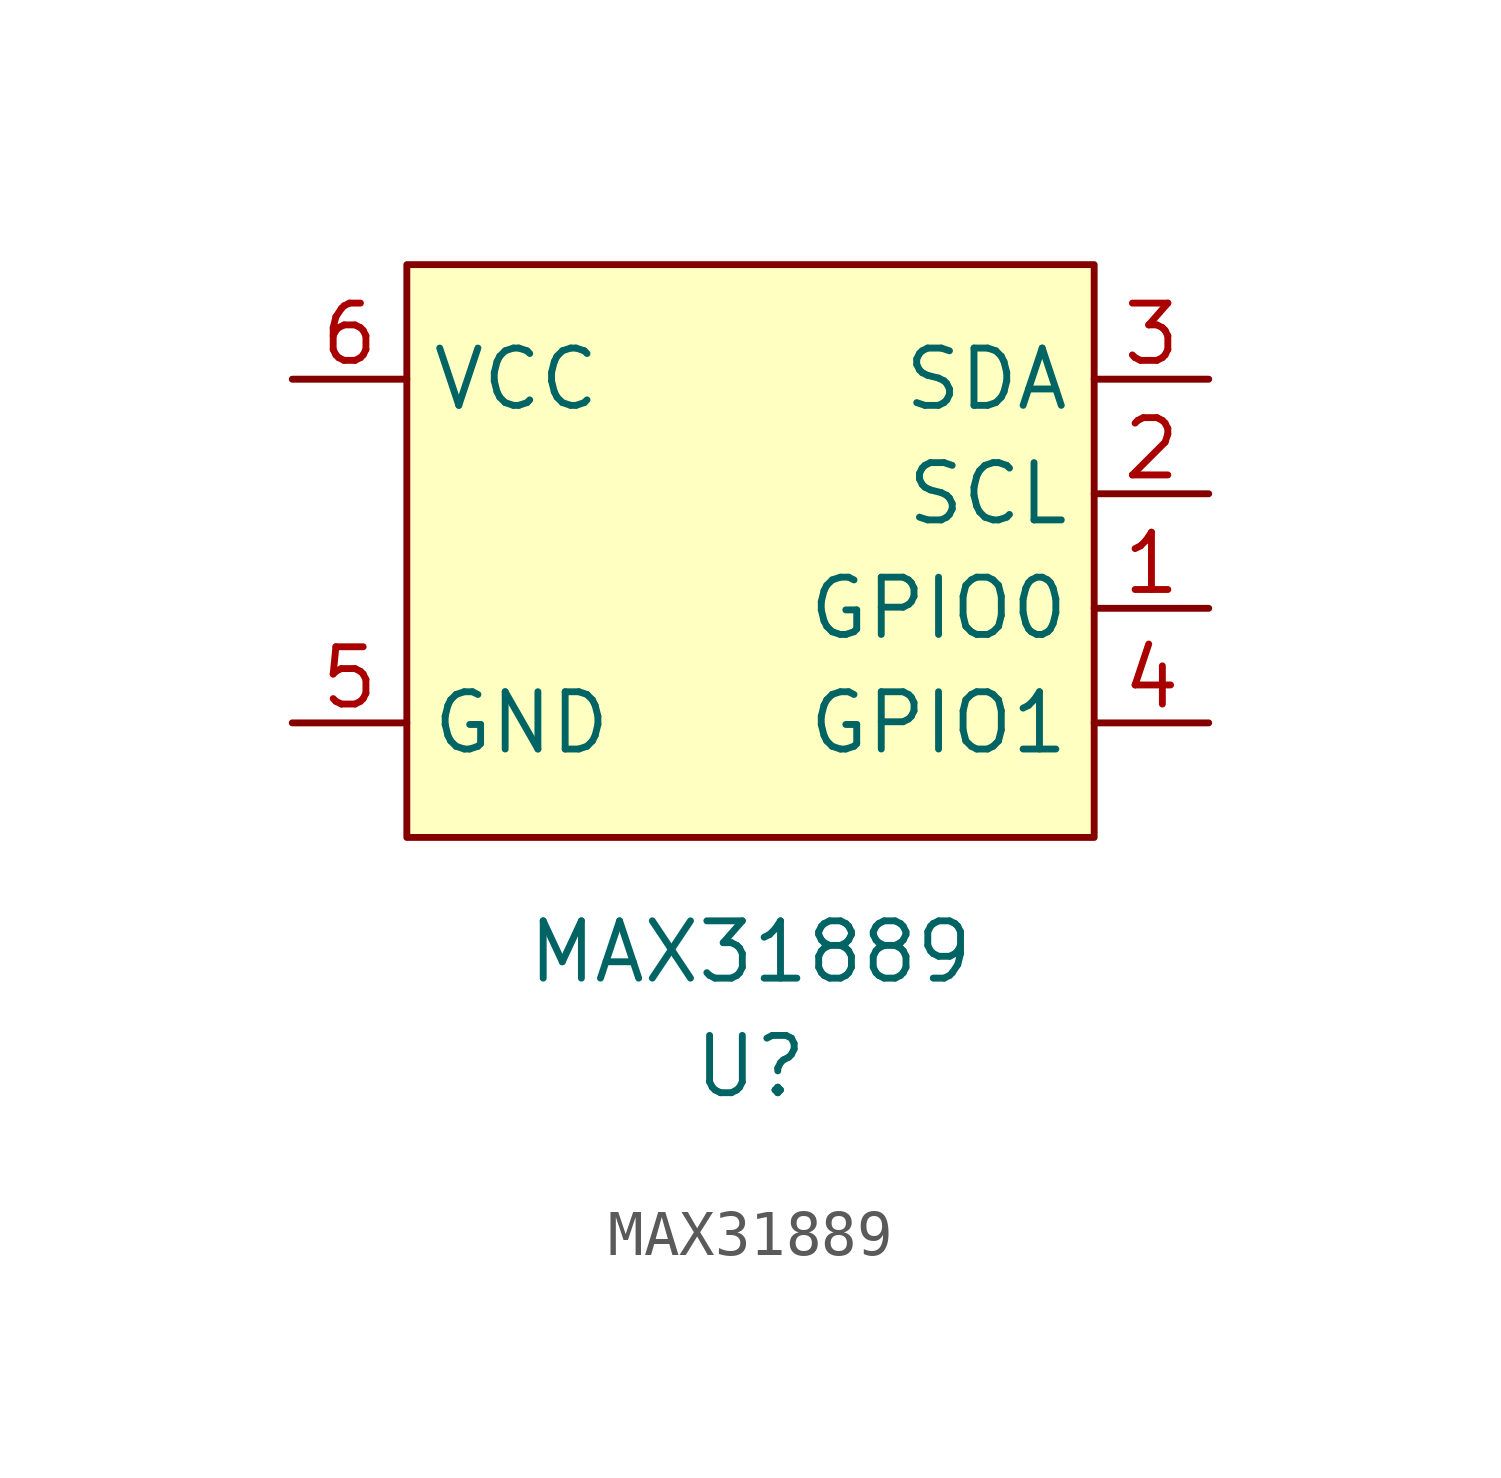
<source format=kicad_sym>
(kicad_symbol_lib
  (version 20220914)
  (generator kicad_symbol_editor)
  (symbol "MAX31889"
    (property "Reference" "U"
      (at 0 -10.16 0)
      (effects (font (size 1.27 1.27))))
    (property "Value" "MAX31889"
      (at 0 -7.62 0)
      (effects (font (size 1.27 1.27))))
    (symbol "MAX31889_0_1"
      (rectangle (start -7.62 7.62) (end 7.62 -5.08) (stroke (width 0) (type default)) (fill (type background))))
    (symbol "MAX31889_1_0"
      (pin bidirectional line (at 10.16 0 180) (length 2.54) (name "GPIO0" (effects (font (size 1.27 1.27)))) (number "1" (effects (font (size 1.27 1.27)))))
      (pin input line (at 10.16 2.54 180) (length 2.54) (name "SCL" (effects (font (size 1.27 1.27)))) (number "2" (effects (font (size 1.27 1.27)))))
      (pin bidirectional line (at 10.16 5.08 180) (length 2.54) (name "SDA" (effects (font (size 1.27 1.27)))) (number "3" (effects (font (size 1.27 1.27)))))
      (pin bidirectional line (at 10.16 -2.54 180) (length 2.54) (name "GPIO1" (effects (font (size 1.27 1.27)))) (number "4" (effects (font (size 1.27 1.27)))))
      (pin power_in line (at -10.16 -2.54 0) (length 2.54) (name "GND" (effects (font (size 1.27 1.27)))) (number "5" (effects (font (size 1.27 1.27)))))
      (pin power_in line (at -10.16 5.08 0) (length 2.54) (name "VCC" (effects (font (size 1.27 1.27)))) (number "6" (effects (font (size 1.27 1.27))))))))
</source>
